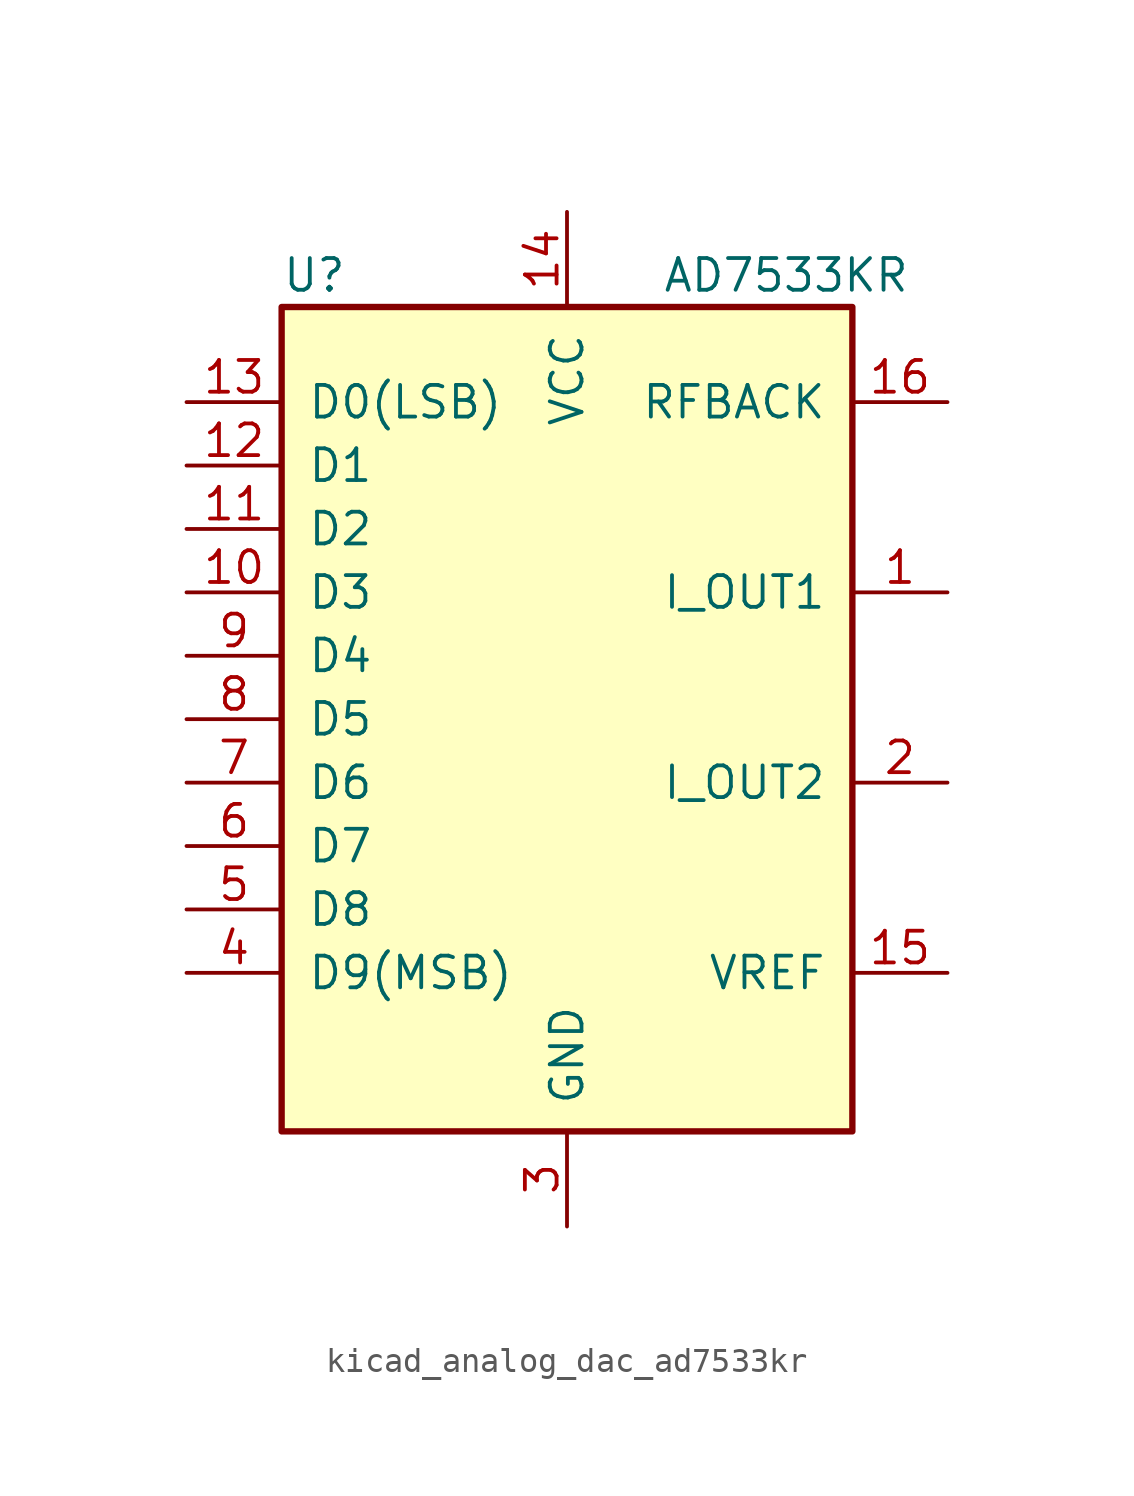
<source format=kicad_sym>
(kicad_symbol_lib
  (version 20220914)
  (generator kicad_symbol_editor)
  (symbol "kicad_analog_dac_ad7533kr"
    (pin_names
      (offset 1.016))
    (property "Reference" "U"
      (at -11.43 17.78 0)
      (effects (font (size 1.27 1.27)) (justify left)))
    (property "Value" "AD7533KR"
      (at 3.81 17.78 0)
      (effects (font (size 1.27 1.27)) (justify left)))
    (symbol "kicad_analog_dac_ad7533kr_0_1"
      (rectangle (start -11.43 -16.51) (end 11.43 16.51) (stroke (width 0.254) (type default)) (fill (type background))))
    (symbol "kicad_analog_dac_ad7533kr_1_1"
      (pin passive line (at 15.24 5.08 180) (length 3.81) (name "I_OUT1" (effects (font (size 1.27 1.27)))) (number "1" (effects (font (size 1.27 1.27)))))
      (pin input line (at -15.24 5.08 0) (length 3.81) (name "D3" (effects (font (size 1.27 1.27)))) (number "10" (effects (font (size 1.27 1.27)))))
      (pin input line (at -15.24 7.62 0) (length 3.81) (name "D2" (effects (font (size 1.27 1.27)))) (number "11" (effects (font (size 1.27 1.27)))))
      (pin input line (at -15.24 10.16 0) (length 3.81) (name "D1" (effects (font (size 1.27 1.27)))) (number "12" (effects (font (size 1.27 1.27)))))
      (pin input line (at -15.24 12.7 0) (length 3.81) (name "D0(LSB)" (effects (font (size 1.27 1.27)))) (number "13" (effects (font (size 1.27 1.27)))))
      (pin power_in line (at 0 20.32 270) (length 3.81) (name "VCC" (effects (font (size 1.27 1.27)))) (number "14" (effects (font (size 1.27 1.27)))))
      (pin passive line (at 15.24 -10.16 180) (length 3.81) (name "VREF" (effects (font (size 1.27 1.27)))) (number "15" (effects (font (size 1.27 1.27)))))
      (pin passive line (at 15.24 12.7 180) (length 3.81) (name "RFBACK" (effects (font (size 1.27 1.27)))) (number "16" (effects (font (size 1.27 1.27)))))
      (pin passive line (at 15.24 -2.54 180) (length 3.81) (name "I_OUT2" (effects (font (size 1.27 1.27)))) (number "2" (effects (font (size 1.27 1.27)))))
      (pin power_in line (at 0 -20.32 90) (length 3.81) (name "GND" (effects (font (size 1.27 1.27)))) (number "3" (effects (font (size 1.27 1.27)))))
      (pin input line (at -15.24 -10.16 0) (length 3.81) (name "D9(MSB)" (effects (font (size 1.27 1.27)))) (number "4" (effects (font (size 1.27 1.27)))))
      (pin input line (at -15.24 -7.62 0) (length 3.81) (name "D8" (effects (font (size 1.27 1.27)))) (number "5" (effects (font (size 1.27 1.27)))))
      (pin input line (at -15.24 -5.08 0) (length 3.81) (name "D7" (effects (font (size 1.27 1.27)))) (number "6" (effects (font (size 1.27 1.27)))))
      (pin input line (at -15.24 -2.54 0) (length 3.81) (name "D6" (effects (font (size 1.27 1.27)))) (number "7" (effects (font (size 1.27 1.27)))))
      (pin input line (at -15.24 0 0) (length 3.81) (name "D5" (effects (font (size 1.27 1.27)))) (number "8" (effects (font (size 1.27 1.27)))))
      (pin input line (at -15.24 2.54 0) (length 3.81) (name "D4" (effects (font (size 1.27 1.27)))) (number "9" (effects (font (size 1.27 1.27))))))))
</source>
